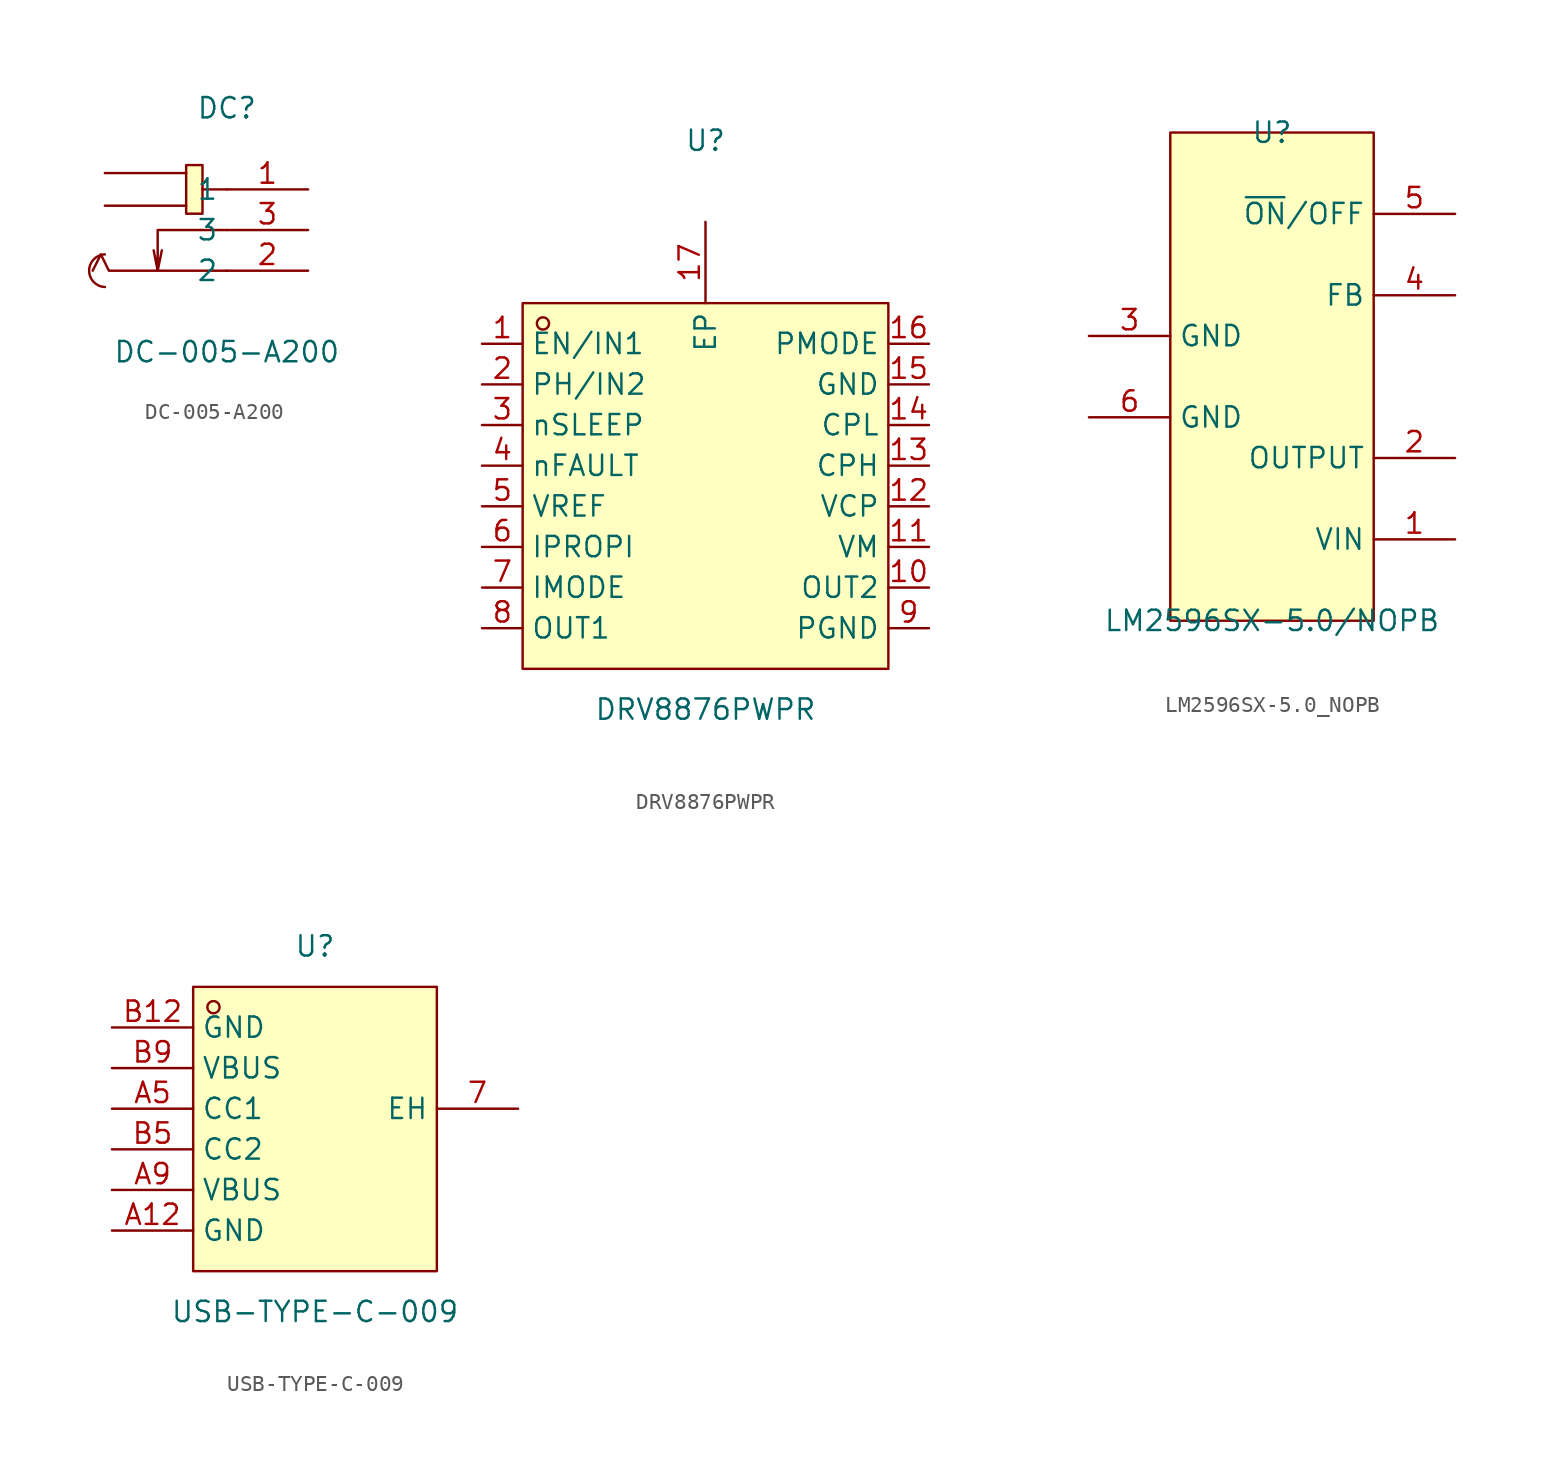
<source format=kicad_sym>
(kicad_symbol_lib
  (version 20241209)
  (generator "kicad_symbol_editor")
  (generator_version "9.0")
  (symbol "DC-005-A200"
    (property "Reference" "DC"
      (at 0 7.62 0)
      (effects (font (size 1.27 1.27))))
    (property "Value" "DC-005-A200"
      (at 0 -7.62 0)
      (effects (font (size 1.27 1.27))))
    (symbol "DC-005-A200_0_1"
      (arc (start -7.62 -3.56) (mid -8.6021 -2.54) (end -7.62 -1.52) (stroke (width 0) (type default)) (fill (type none)))
      (polyline (pts (xy -4.32 -2.54) (xy -4.06 -1.27)) (stroke (width 0) (type default)) (fill (type none)))
      (rectangle (start -2.54 4.06) (end -1.52 1.02) (stroke (width 0) (type default)) (fill (type background)))
      (polyline (pts (xy -2.54 3.56) (xy -7.62 3.56)) (stroke (width 0) (type default)) (fill (type none)))
      (polyline (pts (xy -2.54 1.52) (xy -7.62 1.52)) (stroke (width 0) (type default)) (fill (type none)))
      (polyline (pts (xy 0 2.54) (xy -1.52 2.54)) (stroke (width 0) (type default)) (fill (type none)))
      (polyline (pts (xy 0 0) (xy -4.32 0) (xy -4.32 -2.54) (xy -4.57 -1.27)) (stroke (width 0) (type default)) (fill (type none)))
      (polyline (pts (xy 0 -2.54) (xy -7.37 -2.54) (xy -7.87 -1.52) (xy -8.38 -2.54)) (stroke (width 0) (type default)) (fill (type none)))
      (pin unspecified line (at 5.08 2.54 180) (length 5.08) (name "1" (effects (font (size 1.27 1.27)))) (number "1" (effects (font (size 1.27 1.27)))))
      (pin unspecified line (at 5.08 0 180) (length 5.08) (name "3" (effects (font (size 1.27 1.27)))) (number "3" (effects (font (size 1.27 1.27)))))
      (pin unspecified line (at 5.08 -2.54 180) (length 5.08) (name "2" (effects (font (size 1.27 1.27)))) (number "2" (effects (font (size 1.27 1.27)))))))
  (symbol "DRV8876PWPR"
    (property "Reference" "U"
      (at 0 21.59 0)
      (effects (font (size 1.27 1.27))))
    (property "Value" "DRV8876PWPR"
      (at 0 -13.97 0)
      (effects (font (size 1.27 1.27))))
    (symbol "DRV8876PWPR_0_1"
      (rectangle (start -11.43 11.43) (end 11.43 -11.43) (stroke (width 0) (type default)) (fill (type background)))
      (circle (center -10.16 10.16) (radius 0.38) (stroke (width 0) (type default)) (fill (type none)))
      (pin unspecified line (at -13.97 8.89 0) (length 2.54) (name "EN/IN1" (effects (font (size 1.27 1.27)))) (number "1" (effects (font (size 1.27 1.27)))))
      (pin unspecified line (at -13.97 6.35 0) (length 2.54) (name "PH/IN2" (effects (font (size 1.27 1.27)))) (number "2" (effects (font (size 1.27 1.27)))))
      (pin unspecified line (at -13.97 3.81 0) (length 2.54) (name "nSLEEP" (effects (font (size 1.27 1.27)))) (number "3" (effects (font (size 1.27 1.27)))))
      (pin unspecified line (at -13.97 1.27 0) (length 2.54) (name "nFAULT" (effects (font (size 1.27 1.27)))) (number "4" (effects (font (size 1.27 1.27)))))
      (pin unspecified line (at -13.97 -1.27 0) (length 2.54) (name "VREF" (effects (font (size 1.27 1.27)))) (number "5" (effects (font (size 1.27 1.27)))))
      (pin unspecified line (at -13.97 -3.81 0) (length 2.54) (name "IPROPI" (effects (font (size 1.27 1.27)))) (number "6" (effects (font (size 1.27 1.27)))))
      (pin unspecified line (at -13.97 -6.35 0) (length 2.54) (name "IMODE" (effects (font (size 1.27 1.27)))) (number "7" (effects (font (size 1.27 1.27)))))
      (pin unspecified line (at -13.97 -8.89 0) (length 2.54) (name "OUT1" (effects (font (size 1.27 1.27)))) (number "8" (effects (font (size 1.27 1.27)))))
      (pin unspecified line (at 0 16.51 270) (length 5.08) (name "EP" (effects (font (size 1.27 1.27)))) (number "17" (effects (font (size 1.27 1.27)))))
      (pin unspecified line (at 13.97 8.89 180) (length 2.54) (name "PMODE" (effects (font (size 1.27 1.27)))) (number "16" (effects (font (size 1.27 1.27)))))
      (pin unspecified line (at 13.97 6.35 180) (length 2.54) (name "GND" (effects (font (size 1.27 1.27)))) (number "15" (effects (font (size 1.27 1.27)))))
      (pin unspecified line (at 13.97 3.81 180) (length 2.54) (name "CPL" (effects (font (size 1.27 1.27)))) (number "14" (effects (font (size 1.27 1.27)))))
      (pin unspecified line (at 13.97 1.27 180) (length 2.54) (name "CPH" (effects (font (size 1.27 1.27)))) (number "13" (effects (font (size 1.27 1.27)))))
      (pin unspecified line (at 13.97 -1.27 180) (length 2.54) (name "VCP" (effects (font (size 1.27 1.27)))) (number "12" (effects (font (size 1.27 1.27)))))
      (pin unspecified line (at 13.97 -3.81 180) (length 2.54) (name "VM" (effects (font (size 1.27 1.27)))) (number "11" (effects (font (size 1.27 1.27)))))
      (pin unspecified line (at 13.97 -6.35 180) (length 2.54) (name "OUT2" (effects (font (size 1.27 1.27)))) (number "10" (effects (font (size 1.27 1.27)))))
      (pin unspecified line (at 13.97 -8.89 180) (length 2.54) (name "PGND" (effects (font (size 1.27 1.27)))) (number "9" (effects (font (size 1.27 1.27)))))))
  (symbol "LM2596SX-5.0_NOPB"
    (property "Reference" "U"
      (at 0 15.24 0)
      (effects (font (size 1.27 1.27))))
    (property "Value" "LM2596SX-5.0/NOPB"
      (at 0 -15.24 0)
      (effects (font (size 1.27 1.27))))
    (symbol "LM2596SX-5.0_NOPB_0_1"
      (rectangle (start -6.35 15.24) (end 6.35 -15.24) (stroke (width 0) (type default)) (fill (type background)))
      (pin unspecified line (at -11.43 2.54 0) (length 5.08) (name "GND" (effects (font (size 1.27 1.27)))) (number "3" (effects (font (size 1.27 1.27)))))
      (pin unspecified line (at -11.43 -2.54 0) (length 5.08) (name "GND" (effects (font (size 1.27 1.27)))) (number "6" (effects (font (size 1.27 1.27)))))
      (pin unspecified line (at 11.43 10.16 180) (length 5.08) (name "~{ON}/OFF" (effects (font (size 1.27 1.27)))) (number "5" (effects (font (size 1.27 1.27)))))
      (pin unspecified line (at 11.43 5.08 180) (length 5.08) (name "FB" (effects (font (size 1.27 1.27)))) (number "4" (effects (font (size 1.27 1.27)))))
      (pin unspecified line (at 11.43 -5.08 180) (length 5.08) (name "OUTPUT" (effects (font (size 1.27 1.27)))) (number "2" (effects (font (size 1.27 1.27)))))
      (pin unspecified line (at 11.43 -10.16 180) (length 5.08) (name "VIN" (effects (font (size 1.27 1.27)))) (number "1" (effects (font (size 1.27 1.27)))))))
  (symbol "USB-TYPE-C-009"
    (property "Reference" "U"
      (at 0 12.7 0)
      (effects (font (size 1.27 1.27))))
    (property "Value" "USB-TYPE-C-009"
      (at 0 -10.16 0)
      (effects (font (size 1.27 1.27))))
    (symbol "USB-TYPE-C-009_0_1"
      (rectangle (start -7.62 10.16) (end 7.62 -7.62) (stroke (width 0) (type default)) (fill (type background)))
      (circle (center -6.35 8.89) (radius 0.38) (stroke (width 0) (type default)) (fill (type none)))
      (pin unspecified line (at -12.7 7.62 0) (length 5.08) (name "GND" (effects (font (size 1.27 1.27)))) (number "B12" (effects (font (size 1.27 1.27)))))
      (pin unspecified line (at -12.7 5.08 0) (length 5.08) (name "VBUS" (effects (font (size 1.27 1.27)))) (number "B9" (effects (font (size 1.27 1.27)))))
      (pin unspecified line (at -12.7 2.54 0) (length 5.08) (name "CC1" (effects (font (size 1.27 1.27)))) (number "A5" (effects (font (size 1.27 1.27)))))
      (pin unspecified line (at -12.7 0 0) (length 5.08) (name "CC2" (effects (font (size 1.27 1.27)))) (number "B5" (effects (font (size 1.27 1.27)))))
      (pin unspecified line (at -12.7 -2.54 0) (length 5.08) (name "VBUS" (effects (font (size 1.27 1.27)))) (number "A9" (effects (font (size 1.27 1.27)))))
      (pin unspecified line (at -12.7 -5.08 0) (length 5.08) (name "GND" (effects (font (size 1.27 1.27)))) (number "A12" (effects (font (size 1.27 1.27)))))
      (pin unspecified line (at 12.7 2.54 180) (length 5.08) (name "EH" (effects (font (size 1.27 1.27)))) (number "7" (effects (font (size 1.27 1.27))))))))
</source>
